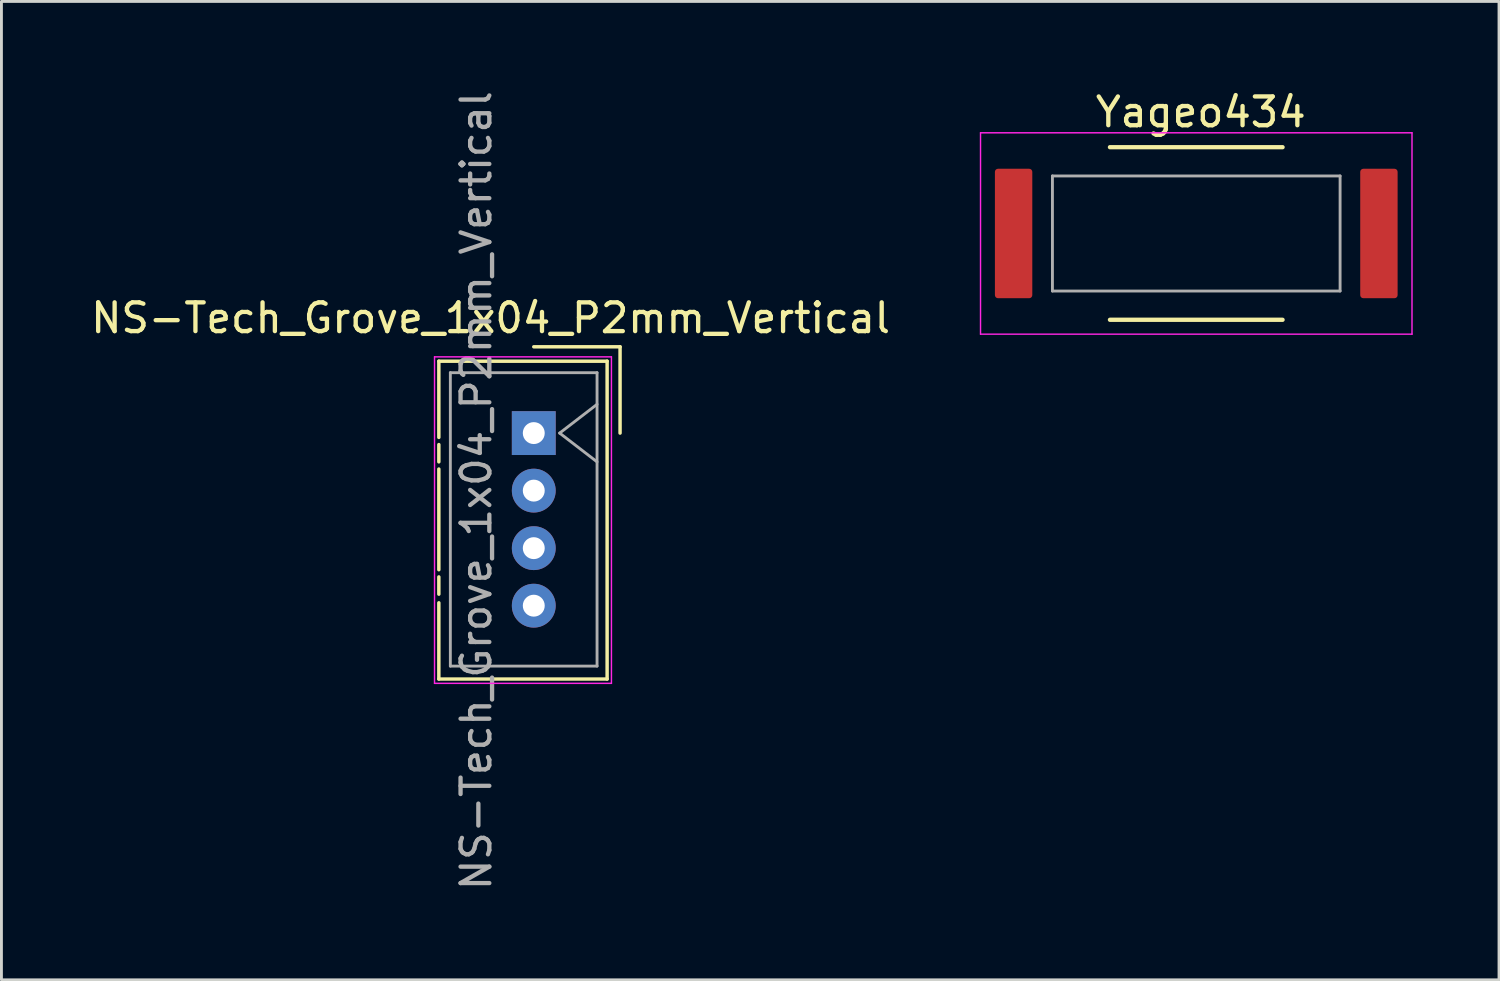
<source format=kicad_pcb>
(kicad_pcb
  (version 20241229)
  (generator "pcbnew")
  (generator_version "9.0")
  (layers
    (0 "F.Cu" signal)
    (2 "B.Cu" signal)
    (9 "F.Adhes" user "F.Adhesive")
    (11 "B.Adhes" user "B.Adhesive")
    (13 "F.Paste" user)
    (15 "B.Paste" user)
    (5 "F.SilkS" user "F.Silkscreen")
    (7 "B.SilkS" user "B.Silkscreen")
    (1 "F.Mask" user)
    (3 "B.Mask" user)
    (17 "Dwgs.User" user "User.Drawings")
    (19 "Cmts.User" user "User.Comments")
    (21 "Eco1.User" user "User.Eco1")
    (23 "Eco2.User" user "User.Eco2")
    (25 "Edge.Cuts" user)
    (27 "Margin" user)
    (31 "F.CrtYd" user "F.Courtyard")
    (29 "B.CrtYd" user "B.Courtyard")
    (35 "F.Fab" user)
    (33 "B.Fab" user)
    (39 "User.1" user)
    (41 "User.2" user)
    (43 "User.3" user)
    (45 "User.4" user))
  (footprint "NS-Tech_Grove_1x04_P2mm_Vertical"
    (layer "F.Cu")
    (at 15.506 12.006)
    (property "Reference" "NS-Tech_Grove_1x04_P2mm_Vertical" (at -1.5 -4 0) (layer "F.SilkS") (effects (font (size 1 1) (thickness 0.15))))
    (attr through_hole)
    (fp_line (start -3.3 -2.5) (end -3.3 0.15) (stroke (width 0.12) (type solid)) (layer "F.SilkS"))
    (fp_line (start -3.3 -2.5) (end 2.55 -2.5) (stroke (width 0.12) (type solid)) (layer "F.SilkS"))
    (fp_line (start -3.3 0.4) (end -3.3 1) (stroke (width 0.12) (type solid)) (layer "F.SilkS"))
    (fp_line (start -3.3 1.25) (end -3.3 4.75) (stroke (width 0.12) (type solid)) (layer "F.SilkS"))
    (fp_line (start -3.3 5) (end -3.3 5.6) (stroke (width 0.12) (type solid)) (layer "F.SilkS"))
    (fp_line (start -3.3 5.9) (end -3.3 8.55) (stroke (width 0.12) (type solid)) (layer "F.SilkS"))
    (fp_line (start -3.3 8.55) (end 2.55 8.55) (stroke (width 0.12) (type solid)) (layer "F.SilkS"))
    (fp_line (start 0 -3) (end 3 -3) (stroke (width 0.12) (type solid)) (layer "F.SilkS"))
    (fp_line (start 2.55 -2.5) (end 2.55 8.55) (stroke (width 0.12) (type solid)) (layer "F.SilkS"))
    (fp_line (start 3 -3) (end 3 0) (stroke (width 0.12) (type solid)) (layer "F.SilkS"))
    (fp_line (start -3.45 -2.65) (end -3.45 8.7) (stroke (width 0.05) (type solid)) (layer "F.CrtYd"))
    (fp_line (start -3.45 -2.65) (end 2.7 -2.65) (stroke (width 0.05) (type solid)) (layer "F.CrtYd"))
    (fp_line (start -3.45 8.7) (end 2.7 8.7) (stroke (width 0.05) (type solid)) (layer "F.CrtYd"))
    (fp_line (start 2.7 8.7) (end 2.7 -2.65) (stroke (width 0.05) (type solid)) (layer "F.CrtYd"))
    (fp_line (start -2.9 -2.1) (end 2.2 -2.1) (stroke (width 0.1) (type solid)) (layer "F.Fab"))
    (fp_line (start -2.9 8.1) (end -2.9 -2.1) (stroke (width 0.1) (type solid)) (layer "F.Fab"))
    (fp_line (start 0.9 0) (end 2.2 1) (stroke (width 0.1) (type solid)) (layer "F.Fab"))
    (fp_line (start 2.2 -2.1) (end 2.2 8.1) (stroke (width 0.1) (type solid)) (layer "F.Fab"))
    (fp_line (start 2.2 -1) (end 0.9 0) (stroke (width 0.1) (type solid)) (layer "F.Fab"))
    (fp_line (start 2.2 8.1) (end -2.9 8.1) (stroke (width 0.1) (type solid)) (layer "F.Fab"))
    (fp_text user "${REFERENCE}" (at -2 2 90) (layer "F.Fab") (effects (font (size 1 1) (thickness 0.15))))
    (pad "1" thru_hole rect (at 0 0) (size 1.524 1.524) (drill 0.762) (layers "*.Cu" "*.Mask"))
    (pad "2" thru_hole circle (at 0 2) (size 1.524 1.524) (drill 0.762) (layers "*.Cu" "*.Mask"))
    (pad "3" thru_hole circle (at 0 4) (size 1.524 1.524) (drill 0.762) (layers "*.Cu" "*.Mask"))
    (pad "4" thru_hole circle (at 0 6) (size 1.524 1.524) (drill 0.762) (layers "*.Cu" "*.Mask")))
  (footprint "Yageo434"
    (layer "F.Cu")
    (at 38.537 5.067)
    (property "Reference" "Yageo434" (at 0.157 -4.219 0) (layer "F.SilkS") (effects (font (size 1 1) (thickness 0.15))))
    (attr smd)
    (fp_line (start -3 -3) (end 3 -3) (stroke (width 0.15) (type solid)) (layer "F.SilkS"))
    (fp_line (start -3 3) (end 3 3) (stroke (width 0.15) (type solid)) (layer "F.SilkS"))
    (fp_line (start -7.5 -3.5) (end 7.5 -3.5) (stroke (width 0.05) (type solid)) (layer "F.CrtYd"))
    (fp_line (start -7.5 3.5) (end -7.5 -3.5) (stroke (width 0.05) (type solid)) (layer "F.CrtYd"))
    (fp_line (start 7.5 -3.5) (end 7.5 3.5) (stroke (width 0.05) (type solid)) (layer "F.CrtYd"))
    (fp_line (start 7.5 3.5) (end -7.5 3.5) (stroke (width 0.05) (type solid)) (layer "F.CrtYd"))
    (fp_line (start -5 -2) (end 5 -2) (stroke (width 0.1) (type solid)) (layer "F.Fab"))
    (fp_line (start -5 2) (end -5 -2) (stroke (width 0.1) (type solid)) (layer "F.Fab"))
    (fp_line (start 5 -2) (end 5 2) (stroke (width 0.1) (type solid)) (layer "F.Fab"))
    (fp_line (start 5 2) (end -5 2) (stroke (width 0.1) (type solid)) (layer "F.Fab"))
    (pad "1" smd roundrect (at -6.35 0) (size 1.3 4.5) (layers "F.Cu" "F.Mask" "F.Paste") (roundrect_rratio 0.083))
    (pad "2" smd roundrect (at 6.35 0) (size 1.3 4.5) (layers "F.Cu" "F.Mask" "F.Paste") (roundrect_rratio 0.083)))
  (gr_rect
    (start -3 -3)
    (end 49.062 31.012)
    (stroke (width 0.1) (type default))
    (fill no)
    (layer "Edge.Cuts")))
</source>
